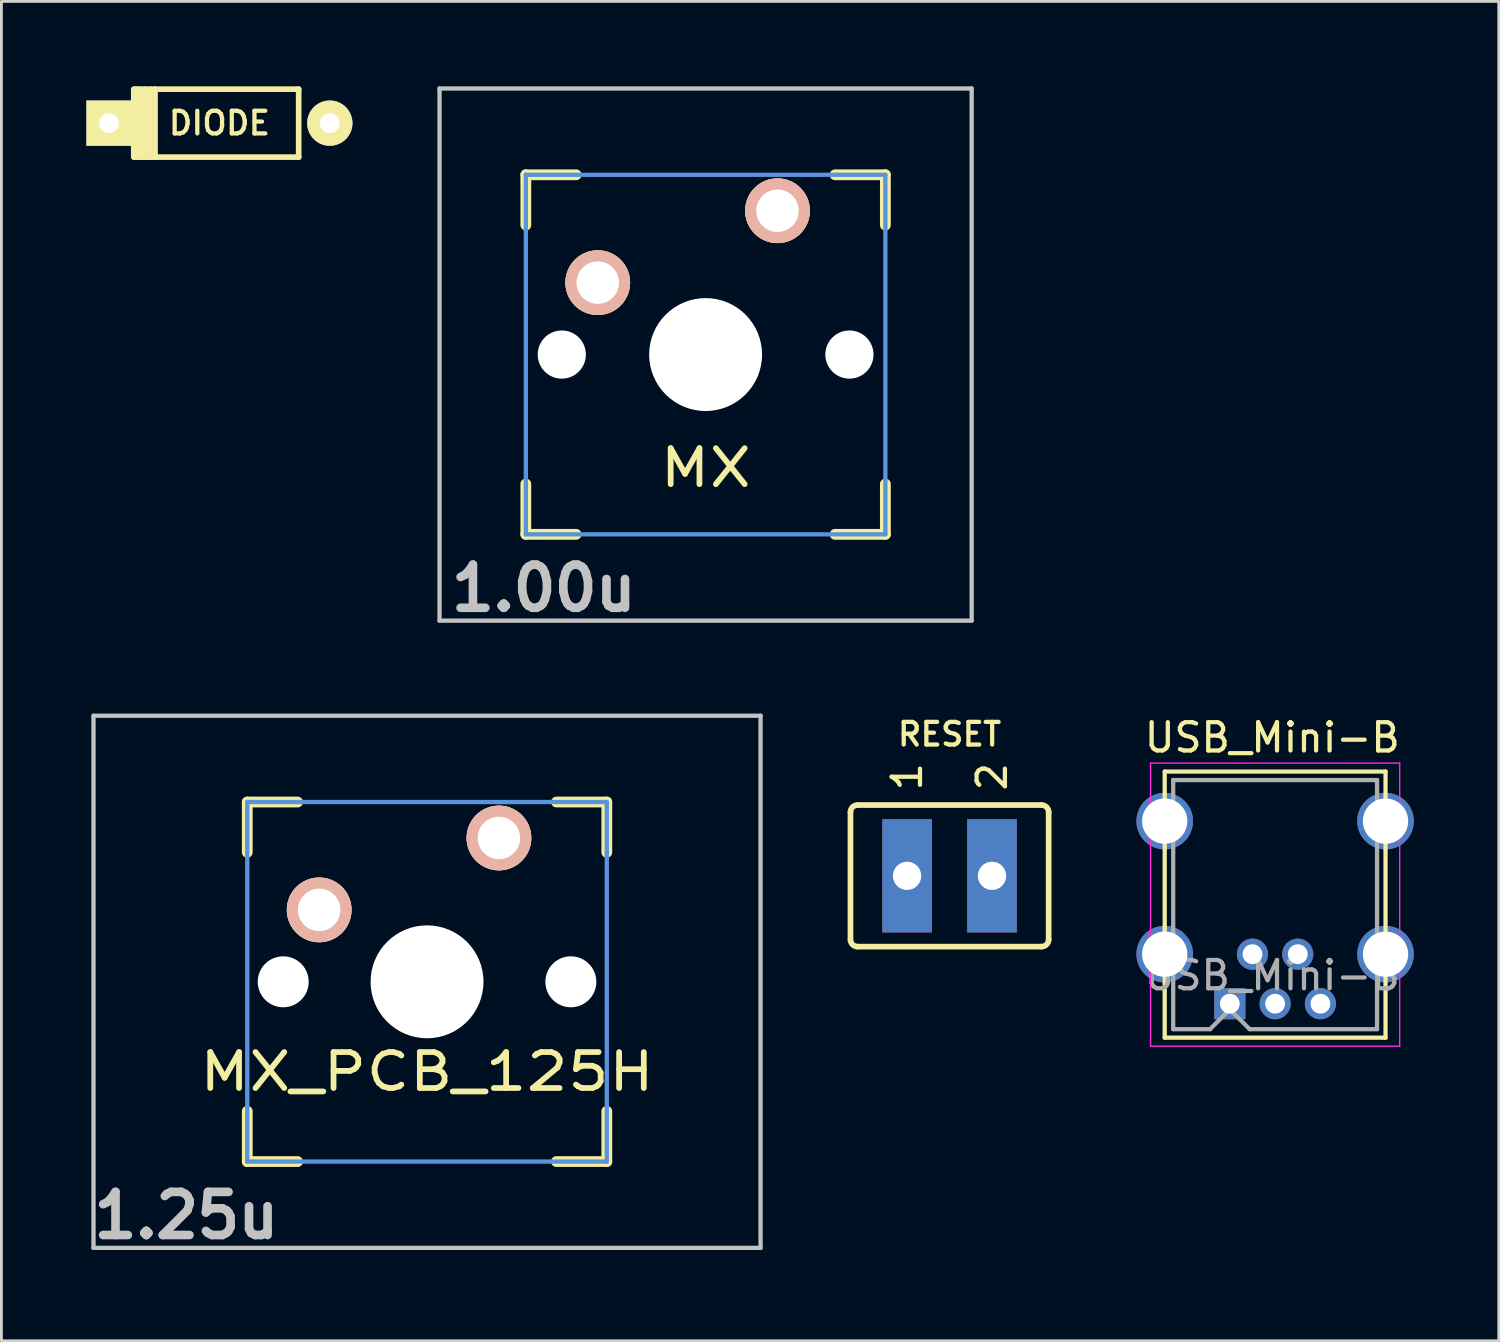
<source format=kicad_pcb>
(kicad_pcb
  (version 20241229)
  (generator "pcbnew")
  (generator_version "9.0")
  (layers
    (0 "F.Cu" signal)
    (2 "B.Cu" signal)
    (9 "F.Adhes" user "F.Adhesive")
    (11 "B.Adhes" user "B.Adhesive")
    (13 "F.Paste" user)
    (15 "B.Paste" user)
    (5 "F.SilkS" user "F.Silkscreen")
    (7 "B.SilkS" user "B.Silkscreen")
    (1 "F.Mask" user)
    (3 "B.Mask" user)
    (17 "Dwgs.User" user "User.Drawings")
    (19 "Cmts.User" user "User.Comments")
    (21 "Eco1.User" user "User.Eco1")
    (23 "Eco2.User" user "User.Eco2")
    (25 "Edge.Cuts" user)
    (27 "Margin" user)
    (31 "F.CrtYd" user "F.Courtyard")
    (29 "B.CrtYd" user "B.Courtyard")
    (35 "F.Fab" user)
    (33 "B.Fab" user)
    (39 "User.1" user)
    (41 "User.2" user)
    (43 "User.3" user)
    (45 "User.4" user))
  (footprint "MX"
    (layer "F.Cu")
    (at 21.874 9.474)
    (property "Reference" "MX" (at 0 4 0) (layer "F.SilkS") (effects (font (size 1.27 1.524) (thickness 0.203))))
    (attr through_hole)
    (fp_line (start -6.35 -6.35) (end -4.572 -6.35) (stroke (width 0.381) (type solid)) (layer "F.SilkS"))
    (fp_line (start -6.35 -4.572) (end -6.35 -6.35) (stroke (width 0.381) (type solid)) (layer "F.SilkS"))
    (fp_line (start -6.35 6.35) (end -6.35 4.572) (stroke (width 0.381) (type solid)) (layer "F.SilkS"))
    (fp_line (start -4.572 6.35) (end -6.35 6.35) (stroke (width 0.381) (type solid)) (layer "F.SilkS"))
    (fp_line (start 4.572 -6.35) (end 6.35 -6.35) (stroke (width 0.381) (type solid)) (layer "F.SilkS"))
    (fp_line (start 6.35 -6.35) (end 6.35 -4.572) (stroke (width 0.381) (type solid)) (layer "F.SilkS"))
    (fp_line (start 6.35 4.572) (end 6.35 6.35) (stroke (width 0.381) (type solid)) (layer "F.SilkS"))
    (fp_line (start 6.35 6.35) (end 4.572 6.35) (stroke (width 0.381) (type solid)) (layer "F.SilkS"))
    (fp_line (start -9.398 -9.398) (end 9.398 -9.398) (stroke (width 0.152) (type solid)) (layer "Dwgs.User"))
    (fp_line (start -9.398 9.398) (end -9.398 -9.398) (stroke (width 0.152) (type solid)) (layer "Dwgs.User"))
    (fp_line (start 9.398 -9.398) (end 9.398 9.398) (stroke (width 0.152) (type solid)) (layer "Dwgs.User"))
    (fp_line (start 9.398 9.398) (end -9.398 9.398) (stroke (width 0.152) (type solid)) (layer "Dwgs.User"))
    (fp_line (start -6.35 -6.35) (end 6.35 -6.35) (stroke (width 0.152) (type solid)) (layer "Cmts.User"))
    (fp_line (start -6.35 6.35) (end -6.35 -6.35) (stroke (width 0.152) (type solid)) (layer "Cmts.User"))
    (fp_line (start 6.35 -6.35) (end 6.35 6.35) (stroke (width 0.152) (type solid)) (layer "Cmts.User"))
    (fp_line (start 6.35 6.35) (end -6.35 6.35) (stroke (width 0.152) (type solid)) (layer "Cmts.User"))
    (fp_line (start -6.985 -6.985) (end 6.985 -6.985) (stroke (width 0.152) (type solid)) (layer "Eco2.User"))
    (fp_line (start -6.985 6.985) (end -6.985 -6.985) (stroke (width 0.152) (type solid)) (layer "Eco2.User"))
    (fp_line (start 6.985 -6.985) (end 6.985 6.985) (stroke (width 0.152) (type solid)) (layer "Eco2.User"))
    (fp_line (start 6.985 6.985) (end -6.985 6.985) (stroke (width 0.152) (type solid)) (layer "Eco2.User"))
    (fp_text user "1.00u" (at -5.715 8.255 0) (layer "Dwgs.User") (effects (font (size 1.524 1.524) (thickness 0.305))))
    (pad "" np_thru_hole circle (at -5.08 0) (size 1.702 1.702) (drill 1.702) (layers "*.Cu" "*.Mask"))
    (pad "" np_thru_hole circle (at 0 0) (size 3.988 3.988) (drill 3.988) (layers "*.Cu"))
    (pad "" np_thru_hole circle (at 5.08 0) (size 1.702 1.702) (drill 1.702) (layers "*.Cu" "*.Mask"))
    (pad "1" thru_hole circle (at 2.54 -5.08) (size 2.286 2.286) (drill 1.499) (layers "*.Cu" "*.SilkS" "*.Mask"))
    (pad "2" thru_hole circle (at -3.81 -2.54) (size 2.286 2.286) (drill 1.499) (layers "*.Cu" "*.SilkS" "*.Mask")))
  (footprint "MX_PCB_125H"
    (layer "F.Cu")
    (at 12.034 31.63)
    (property "Reference" "MX_PCB_125H" (at 0 3.175 0) (layer "F.SilkS") (effects (font (size 1.27 1.524) (thickness 0.203))))
    (attr through_hole)
    (fp_line (start -6.35 -6.35) (end -4.572 -6.35) (stroke (width 0.381) (type solid)) (layer "F.SilkS"))
    (fp_line (start -6.35 -4.572) (end -6.35 -6.35) (stroke (width 0.381) (type solid)) (layer "F.SilkS"))
    (fp_line (start -6.35 6.35) (end -6.35 4.572) (stroke (width 0.381) (type solid)) (layer "F.SilkS"))
    (fp_line (start -4.572 6.35) (end -6.35 6.35) (stroke (width 0.381) (type solid)) (layer "F.SilkS"))
    (fp_line (start 4.572 -6.35) (end 6.35 -6.35) (stroke (width 0.381) (type solid)) (layer "F.SilkS"))
    (fp_line (start 6.35 -6.35) (end 6.35 -4.572) (stroke (width 0.381) (type solid)) (layer "F.SilkS"))
    (fp_line (start 6.35 4.572) (end 6.35 6.35) (stroke (width 0.381) (type solid)) (layer "F.SilkS"))
    (fp_line (start 6.35 6.35) (end 4.572 6.35) (stroke (width 0.381) (type solid)) (layer "F.SilkS"))
    (fp_line (start -11.781 -9.398) (end 11.781 -9.398) (stroke (width 0.152) (type solid)) (layer "Dwgs.User"))
    (fp_line (start -11.781 9.398) (end -11.781 -9.398) (stroke (width 0.152) (type solid)) (layer "Dwgs.User"))
    (fp_line (start 11.781 -9.398) (end 11.781 9.398) (stroke (width 0.152) (type solid)) (layer "Dwgs.User"))
    (fp_line (start 11.781 9.398) (end -11.781 9.398) (stroke (width 0.152) (type solid)) (layer "Dwgs.User"))
    (fp_line (start -6.35 -6.35) (end 6.35 -6.35) (stroke (width 0.152) (type solid)) (layer "Cmts.User"))
    (fp_line (start -6.35 6.35) (end -6.35 -6.35) (stroke (width 0.152) (type solid)) (layer "Cmts.User"))
    (fp_line (start 6.35 -6.35) (end 6.35 6.35) (stroke (width 0.152) (type solid)) (layer "Cmts.User"))
    (fp_line (start 6.35 6.35) (end -6.35 6.35) (stroke (width 0.152) (type solid)) (layer "Cmts.User"))
    (fp_line (start -6.985 -6.985) (end 6.985 -6.985) (stroke (width 0.152) (type solid)) (layer "Eco2.User"))
    (fp_line (start -6.985 6.985) (end -6.985 -6.985) (stroke (width 0.152) (type solid)) (layer "Eco2.User"))
    (fp_line (start 6.985 -6.985) (end 6.985 6.985) (stroke (width 0.152) (type solid)) (layer "Eco2.User"))
    (fp_line (start 6.985 6.985) (end -6.985 6.985) (stroke (width 0.152) (type solid)) (layer "Eco2.User"))
    (fp_text user "1.25u" (at -8.5 8.255 0) (layer "Dwgs.User") (effects (font (size 1.524 1.524) (thickness 0.305))))
    (pad "" np_thru_hole circle (at -5.08 0) (size 1.8 1.8) (drill 1.8) (layers "*.Cu"))
    (pad "" np_thru_hole circle (at 0 0) (size 3.988 3.988) (drill 3.988) (layers "*.Cu"))
    (pad "" np_thru_hole circle (at 5.08 0) (size 1.8 1.8) (drill 1.8) (layers "*.Cu"))
    (pad "1" thru_hole circle (at 2.54 -5.08) (size 2.286 2.286) (drill 1.499) (layers "*.Cu" "*.SilkS" "*.Mask"))
    (pad "2" thru_hole circle (at -3.81 -2.54) (size 2.286 2.286) (drill 1.499) (layers "*.Cu" "*.SilkS" "*.Mask")))
  (footprint "USB_Mini-B"
    (layer "F.Cu")
    (at 40.391 32.404)
    (property "Reference" "USB_Mini-B" (at 1.5 -9.4 0) (layer "F.SilkS") (effects (font (size 1 1) (thickness 0.15))))
    (attr through_hole)
    (fp_line (start -2.3 -8.2) (end -2.3 1.2) (stroke (width 0.15) (type solid)) (layer "F.SilkS"))
    (fp_line (start -2.3 -8.2) (end 5.5 -8.2) (stroke (width 0.15) (type solid)) (layer "F.SilkS"))
    (fp_line (start -2.3 1.2) (end 5.5 1.2) (stroke (width 0.15) (type solid)) (layer "F.SilkS"))
    (fp_line (start 5.5 1.2) (end 5.5 -8.2) (stroke (width 0.15) (type solid)) (layer "F.SilkS"))
    (fp_line (start -2.8 -8.5) (end -2.8 1.5) (stroke (width 0.05) (type solid)) (layer "F.CrtYd"))
    (fp_line (start -2.8 1.5) (end 6 1.5) (stroke (width 0.05) (type solid)) (layer "F.CrtYd"))
    (fp_line (start 6 -8.5) (end -2.8 -8.5) (stroke (width 0.05) (type solid)) (layer "F.CrtYd"))
    (fp_line (start 6 1.5) (end 6 -8.5) (stroke (width 0.05) (type solid)) (layer "F.CrtYd"))
    (fp_line (start -2 0.9) (end -2 -7.9) (stroke (width 0.15) (type solid)) (layer "F.Fab"))
    (fp_line (start -2 0.9) (end -0.7 0.9) (stroke (width 0.15) (type solid)) (layer "F.Fab"))
    (fp_line (start -0.7 0.9) (end 0 0.2) (stroke (width 0.15) (type solid)) (layer "F.Fab"))
    (fp_line (start 0 0.2) (end 0.7 0.9) (stroke (width 0.15) (type solid)) (layer "F.Fab"))
    (fp_line (start 0.7 0.9) (end 5.2 0.9) (stroke (width 0.15) (type solid)) (layer "F.Fab"))
    (fp_line (start 5.2 -7.9) (end -2 -7.9) (stroke (width 0.15) (type solid)) (layer "F.Fab"))
    (fp_line (start 5.2 -7.9) (end 5.2 0.9) (stroke (width 0.15) (type solid)) (layer "F.Fab"))
    (fp_text user "${REFERENCE}" (at 1.5 -1 0) (layer "F.Fab") (effects (font (size 1 1) (thickness 0.15))))
    (pad "" thru_hole oval (at -2.3 -6.45) (size 2 2) (drill 1.6) (layers "*.Cu" "*.Mask"))
    (pad "" thru_hole oval (at -2.3 -1.75) (size 2 2) (drill 1.6) (layers "*.Cu" "*.Mask"))
    (pad "" thru_hole oval (at 5.5 -6.45) (size 2 2) (drill 1.6) (layers "*.Cu" "*.Mask"))
    (pad "" thru_hole oval (at 5.5 -1.75) (size 2 2) (drill 1.6) (layers "*.Cu" "*.Mask"))
    (pad "1" thru_hole rect (at 0 0) (size 1.1 1.1) (drill 0.7) (layers "*.Cu" "*.Mask"))
    (pad "2" thru_hole circle (at 0.8 -1.75) (size 1.1 1.1) (drill 0.7) (layers "*.Cu" "*.Mask"))
    (pad "3" thru_hole circle (at 1.6 0) (size 1.1 1.1) (drill 0.7) (layers "*.Cu" "*.Mask"))
    (pad "4" thru_hole circle (at 2.4 -1.75) (size 1.1 1.1) (drill 0.7) (layers "*.Cu" "*.Mask"))
    (pad "5" thru_hole circle (at 3.2 0) (size 1.1 1.1) (drill 0.7) (layers "*.Cu" "*.Mask")))
  (footprint "RESET"
    (layer "F.Cu")
    (at 30.491 27.887)
    (property "Reference" "RESET" (at 0 -5 0) (layer "F.SilkS") (effects (font (size 0.8 0.8) (thickness 0.15))))
    (attr exclude_from_pos_files exclude_from_bom)
    (fp_line (start -3.5 -2.25) (end -3.5 2.25) (stroke (width 0.2) (type solid)) (layer "F.SilkS"))
    (fp_line (start -3.25 -2.5) (end 3.25 -2.5) (stroke (width 0.2) (type solid)) (layer "F.SilkS"))
    (fp_line (start -3.25 2.5) (end 3.25 2.5) (stroke (width 0.2) (type solid)) (layer "F.SilkS"))
    (fp_line (start 3.5 -2.25) (end 3.5 2.25) (stroke (width 0.2) (type solid)) (layer "F.SilkS"))
    (fp_arc (start -3.5 -2.25) (mid -3.426777 -2.426777) (end -3.25 -2.5) (stroke (width 0.2) (type solid)) (layer "F.SilkS"))
    (fp_arc (start -3.25 2.5) (mid -3.426777 2.426777) (end -3.5 2.25) (stroke (width 0.2) (type solid)) (layer "F.SilkS"))
    (fp_arc (start 3.25 -2.5) (mid 3.426777 -2.426777) (end 3.5 -2.25) (stroke (width 0.2) (type solid)) (layer "F.SilkS"))
    (fp_arc (start 3.5 2.25) (mid 3.426777 2.426777) (end 3.25 2.5) (stroke (width 0.2) (type solid)) (layer "F.SilkS"))
    (fp_text user "1" (at -1.5 -3.5 90) (layer "F.SilkS") (effects (font (size 1 1) (thickness 0.15))))
    (fp_text user "2" (at 1.5 -3.5 90) (layer "F.SilkS") (effects (font (size 1 1) (thickness 0.15))))
    (pad "1" thru_hole rect (at -1.5 0) (size 1.753 4) (drill 1) (layers "*.Cu" "*.Mask"))
    (pad "2" thru_hole rect (at 1.5 0) (size 1.753 4) (drill 1) (layers "*.Cu" "*.Mask")))
  (footprint "DIODE"
    (layer "F.Cu")
    (at 4.7 1.3)
    (property "Reference" "DIODE" (at 0 0 0) (layer "F.SilkS") (effects (font (size 0.8 0.8) (thickness 0.15))))
    (attr smd)
    (fp_line (start -3.025 1.2) (end -3.025 -1.2) (stroke (width 0.2) (type solid)) (layer "F.SilkS"))
    (fp_line (start -3 -1.2) (end 2.8 -1.2) (stroke (width 0.2) (type solid)) (layer "F.SilkS"))
    (fp_line (start -2.925 -1.2) (end -2.925 1.2) (stroke (width 0.2) (type solid)) (layer "F.SilkS"))
    (fp_line (start -2.8 -1.2) (end -2.8 1.2) (stroke (width 0.2) (type solid)) (layer "F.SilkS"))
    (fp_line (start -2.625 -1.2) (end -2.625 1.2) (stroke (width 0.2) (type solid)) (layer "F.SilkS"))
    (fp_line (start -2.45 -1.2) (end -2.45 1.2) (stroke (width 0.2) (type solid)) (layer "F.SilkS"))
    (fp_line (start -2.275 -1.2) (end -2.275 1.2) (stroke (width 0.2) (type solid)) (layer "F.SilkS"))
    (fp_line (start 2.8 -1.2) (end 2.8 1.2) (stroke (width 0.2) (type solid)) (layer "F.SilkS"))
    (fp_line (start 2.8 1.2) (end -3 1.2) (stroke (width 0.2) (type solid)) (layer "F.SilkS"))
    (pad "1" thru_hole rect (at -3.9 0) (size 1.6 1.6) (drill 0.7) (layers "*.Cu" "*.Mask" "F.SilkS"))
    (pad "2" thru_hole circle (at 3.9 0) (size 1.6 1.6) (drill 0.7) (layers "*.Cu" "*.Mask" "F.SilkS")))
  (gr_rect
    (start -3 -3)
    (end 49.891 44.311)
    (stroke (width 0.1) (type default))
    (fill no)
    (layer "Edge.Cuts")))
</source>
